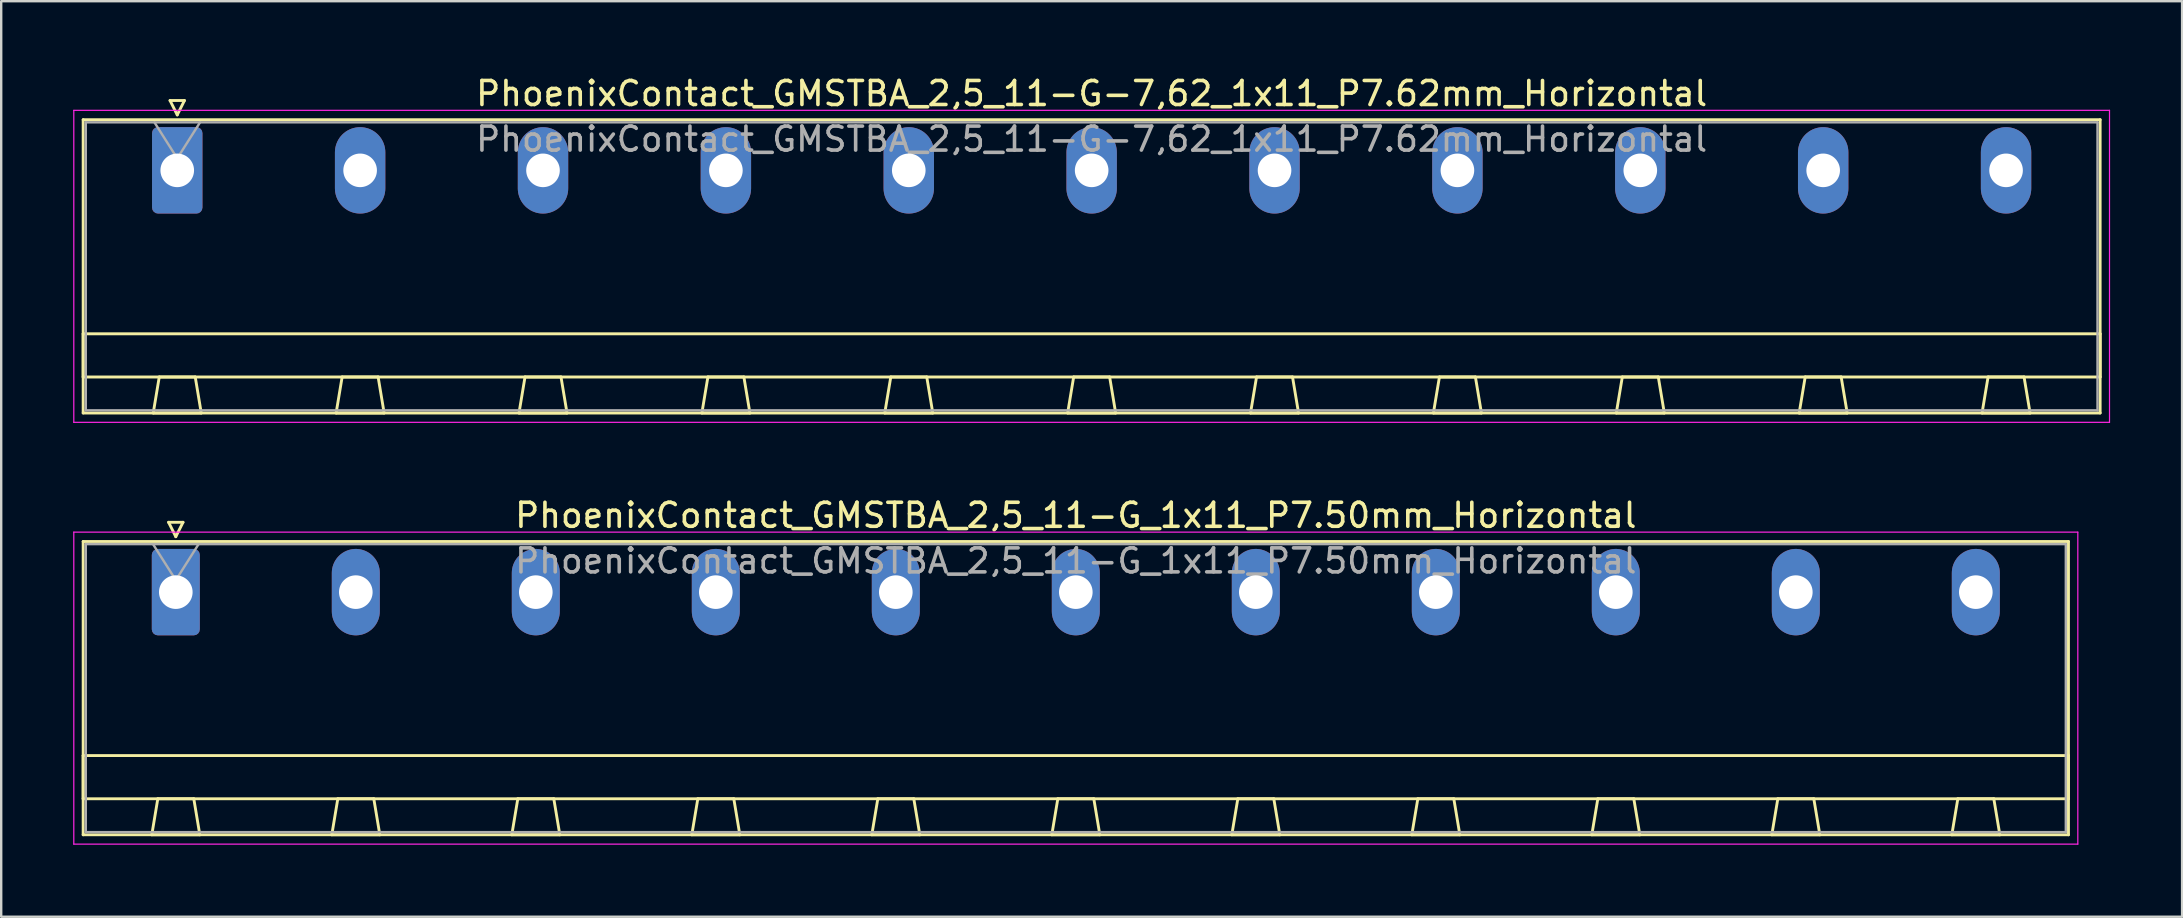
<source format=kicad_pcb>
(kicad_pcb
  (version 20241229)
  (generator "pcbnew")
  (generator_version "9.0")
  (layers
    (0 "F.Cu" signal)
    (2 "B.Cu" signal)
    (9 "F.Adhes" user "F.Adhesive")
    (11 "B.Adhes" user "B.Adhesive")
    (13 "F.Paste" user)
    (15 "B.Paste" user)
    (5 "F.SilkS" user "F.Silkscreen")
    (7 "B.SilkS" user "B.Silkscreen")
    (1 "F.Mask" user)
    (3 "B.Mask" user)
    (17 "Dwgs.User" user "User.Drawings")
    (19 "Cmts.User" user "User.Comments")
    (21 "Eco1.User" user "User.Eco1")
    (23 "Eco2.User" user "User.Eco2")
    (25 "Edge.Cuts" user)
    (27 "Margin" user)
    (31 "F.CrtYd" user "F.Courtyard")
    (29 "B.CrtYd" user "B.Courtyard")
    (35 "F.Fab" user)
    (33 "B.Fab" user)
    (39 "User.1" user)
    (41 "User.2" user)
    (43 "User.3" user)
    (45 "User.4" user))
  (footprint "PhoenixContact_GMSTBA_2,5_11-G-7,62_1x11_P7.62mm_Horizontal"
    (layer "F.Cu")
    (at 4.335 4.048)
    (property "Reference" "PhoenixContact_GMSTBA_2,5_11-G-7,62_1x11_P7.62mm_Horizontal" (at 38.1 -3.2 0) (layer "F.SilkS") (effects (font (size 1 1) (thickness 0.15))))
    (attr through_hole)
    (fp_line (start -3.92 -2.11) (end -3.92 10.11) (stroke (width 0.12) (type solid)) (layer "F.SilkS"))
    (fp_line (start -3.92 6.81) (end 80.12 6.81) (stroke (width 0.12) (type solid)) (layer "F.SilkS"))
    (fp_line (start -3.92 8.61) (end -3.92 6.81) (stroke (width 0.12) (type solid)) (layer "F.SilkS"))
    (fp_line (start -3.92 10.11) (end 80.12 10.11) (stroke (width 0.12) (type solid)) (layer "F.SilkS"))
    (fp_line (start -1 10.11) (end 1 10.11) (stroke (width 0.12) (type solid)) (layer "F.SilkS"))
    (fp_line (start -0.75 8.61) (end -1 10.11) (stroke (width 0.12) (type solid)) (layer "F.SilkS"))
    (fp_line (start -0.3 -2.91) (end 0.3 -2.91) (stroke (width 0.12) (type solid)) (layer "F.SilkS"))
    (fp_line (start 0 -2.31) (end -0.3 -2.91) (stroke (width 0.12) (type solid)) (layer "F.SilkS"))
    (fp_line (start 0.3 -2.91) (end 0 -2.31) (stroke (width 0.12) (type solid)) (layer "F.SilkS"))
    (fp_line (start 0.75 8.61) (end -0.75 8.61) (stroke (width 0.12) (type solid)) (layer "F.SilkS"))
    (fp_line (start 1 10.11) (end 0.75 8.61) (stroke (width 0.12) (type solid)) (layer "F.SilkS"))
    (fp_line (start 6.62 10.11) (end 8.62 10.11) (stroke (width 0.12) (type solid)) (layer "F.SilkS"))
    (fp_line (start 6.87 8.61) (end 6.62 10.11) (stroke (width 0.12) (type solid)) (layer "F.SilkS"))
    (fp_line (start 8.37 8.61) (end 6.87 8.61) (stroke (width 0.12) (type solid)) (layer "F.SilkS"))
    (fp_line (start 8.62 10.11) (end 8.37 8.61) (stroke (width 0.12) (type solid)) (layer "F.SilkS"))
    (fp_line (start 14.24 10.11) (end 16.24 10.11) (stroke (width 0.12) (type solid)) (layer "F.SilkS"))
    (fp_line (start 14.49 8.61) (end 14.24 10.11) (stroke (width 0.12) (type solid)) (layer "F.SilkS"))
    (fp_line (start 15.99 8.61) (end 14.49 8.61) (stroke (width 0.12) (type solid)) (layer "F.SilkS"))
    (fp_line (start 16.24 10.11) (end 15.99 8.61) (stroke (width 0.12) (type solid)) (layer "F.SilkS"))
    (fp_line (start 21.86 10.11) (end 23.86 10.11) (stroke (width 0.12) (type solid)) (layer "F.SilkS"))
    (fp_line (start 22.11 8.61) (end 21.86 10.11) (stroke (width 0.12) (type solid)) (layer "F.SilkS"))
    (fp_line (start 23.61 8.61) (end 22.11 8.61) (stroke (width 0.12) (type solid)) (layer "F.SilkS"))
    (fp_line (start 23.86 10.11) (end 23.61 8.61) (stroke (width 0.12) (type solid)) (layer "F.SilkS"))
    (fp_line (start 29.48 10.11) (end 31.48 10.11) (stroke (width 0.12) (type solid)) (layer "F.SilkS"))
    (fp_line (start 29.73 8.61) (end 29.48 10.11) (stroke (width 0.12) (type solid)) (layer "F.SilkS"))
    (fp_line (start 31.23 8.61) (end 29.73 8.61) (stroke (width 0.12) (type solid)) (layer "F.SilkS"))
    (fp_line (start 31.48 10.11) (end 31.23 8.61) (stroke (width 0.12) (type solid)) (layer "F.SilkS"))
    (fp_line (start 37.1 10.11) (end 39.1 10.11) (stroke (width 0.12) (type solid)) (layer "F.SilkS"))
    (fp_line (start 37.35 8.61) (end 37.1 10.11) (stroke (width 0.12) (type solid)) (layer "F.SilkS"))
    (fp_line (start 38.85 8.61) (end 37.35 8.61) (stroke (width 0.12) (type solid)) (layer "F.SilkS"))
    (fp_line (start 39.1 10.11) (end 38.85 8.61) (stroke (width 0.12) (type solid)) (layer "F.SilkS"))
    (fp_line (start 44.72 10.11) (end 46.72 10.11) (stroke (width 0.12) (type solid)) (layer "F.SilkS"))
    (fp_line (start 44.97 8.61) (end 44.72 10.11) (stroke (width 0.12) (type solid)) (layer "F.SilkS"))
    (fp_line (start 46.47 8.61) (end 44.97 8.61) (stroke (width 0.12) (type solid)) (layer "F.SilkS"))
    (fp_line (start 46.72 10.11) (end 46.47 8.61) (stroke (width 0.12) (type solid)) (layer "F.SilkS"))
    (fp_line (start 52.34 10.11) (end 54.34 10.11) (stroke (width 0.12) (type solid)) (layer "F.SilkS"))
    (fp_line (start 52.59 8.61) (end 52.34 10.11) (stroke (width 0.12) (type solid)) (layer "F.SilkS"))
    (fp_line (start 54.09 8.61) (end 52.59 8.61) (stroke (width 0.12) (type solid)) (layer "F.SilkS"))
    (fp_line (start 54.34 10.11) (end 54.09 8.61) (stroke (width 0.12) (type solid)) (layer "F.SilkS"))
    (fp_line (start 59.96 10.11) (end 61.96 10.11) (stroke (width 0.12) (type solid)) (layer "F.SilkS"))
    (fp_line (start 60.21 8.61) (end 59.96 10.11) (stroke (width 0.12) (type solid)) (layer "F.SilkS"))
    (fp_line (start 61.71 8.61) (end 60.21 8.61) (stroke (width 0.12) (type solid)) (layer "F.SilkS"))
    (fp_line (start 61.96 10.11) (end 61.71 8.61) (stroke (width 0.12) (type solid)) (layer "F.SilkS"))
    (fp_line (start 67.58 10.11) (end 69.58 10.11) (stroke (width 0.12) (type solid)) (layer "F.SilkS"))
    (fp_line (start 67.83 8.61) (end 67.58 10.11) (stroke (width 0.12) (type solid)) (layer "F.SilkS"))
    (fp_line (start 69.33 8.61) (end 67.83 8.61) (stroke (width 0.12) (type solid)) (layer "F.SilkS"))
    (fp_line (start 69.58 10.11) (end 69.33 8.61) (stroke (width 0.12) (type solid)) (layer "F.SilkS"))
    (fp_line (start 75.2 10.11) (end 77.2 10.11) (stroke (width 0.12) (type solid)) (layer "F.SilkS"))
    (fp_line (start 75.45 8.61) (end 75.2 10.11) (stroke (width 0.12) (type solid)) (layer "F.SilkS"))
    (fp_line (start 76.95 8.61) (end 75.45 8.61) (stroke (width 0.12) (type solid)) (layer "F.SilkS"))
    (fp_line (start 77.2 10.11) (end 76.95 8.61) (stroke (width 0.12) (type solid)) (layer "F.SilkS"))
    (fp_line (start 80.12 -2.11) (end -3.92 -2.11) (stroke (width 0.12) (type solid)) (layer "F.SilkS"))
    (fp_line (start 80.12 6.81) (end 80.12 8.61) (stroke (width 0.12) (type solid)) (layer "F.SilkS"))
    (fp_line (start 80.12 8.61) (end -3.92 8.61) (stroke (width 0.12) (type solid)) (layer "F.SilkS"))
    (fp_line (start 80.12 10.11) (end 80.12 -2.11) (stroke (width 0.12) (type solid)) (layer "F.SilkS"))
    (fp_line (start -4.31 -2.5) (end -4.31 10.5) (stroke (width 0.05) (type solid)) (layer "F.CrtYd"))
    (fp_line (start -4.31 10.5) (end 80.51 10.5) (stroke (width 0.05) (type solid)) (layer "F.CrtYd"))
    (fp_line (start 80.51 -2.5) (end -4.31 -2.5) (stroke (width 0.05) (type solid)) (layer "F.CrtYd"))
    (fp_line (start 80.51 10.5) (end 80.51 -2.5) (stroke (width 0.05) (type solid)) (layer "F.CrtYd"))
    (fp_line (start -3.81 -2) (end -3.81 10) (stroke (width 0.1) (type solid)) (layer "F.Fab"))
    (fp_line (start -3.81 10) (end 80.01 10) (stroke (width 0.1) (type solid)) (layer "F.Fab"))
    (fp_line (start 0 -0.5) (end -0.95 -2) (stroke (width 0.1) (type solid)) (layer "F.Fab"))
    (fp_line (start 0.95 -2) (end 0 -0.5) (stroke (width 0.1) (type solid)) (layer "F.Fab"))
    (fp_line (start 80.01 -2) (end -3.81 -2) (stroke (width 0.1) (type solid)) (layer "F.Fab"))
    (fp_line (start 80.01 10) (end 80.01 -2) (stroke (width 0.1) (type solid)) (layer "F.Fab"))
    (fp_text user "${REFERENCE}" (at 38.1 -1.3 0) (layer "F.Fab") (effects (font (size 1 1) (thickness 0.15))))
    (pad "1" thru_hole roundrect (at 0 0) (size 2.1 3.6) (drill 1.4) (layers "*.Cu" "*.Mask") (roundrect_rratio 0.119))
    (pad "2" thru_hole oval (at 7.62 0) (size 2.1 3.6) (drill 1.4) (layers "*.Cu" "*.Mask"))
    (pad "3" thru_hole oval (at 15.24 0) (size 2.1 3.6) (drill 1.4) (layers "*.Cu" "*.Mask"))
    (pad "4" thru_hole oval (at 22.86 0) (size 2.1 3.6) (drill 1.4) (layers "*.Cu" "*.Mask"))
    (pad "5" thru_hole oval (at 30.48 0) (size 2.1 3.6) (drill 1.4) (layers "*.Cu" "*.Mask"))
    (pad "6" thru_hole oval (at 38.1 0) (size 2.1 3.6) (drill 1.4) (layers "*.Cu" "*.Mask"))
    (pad "7" thru_hole oval (at 45.72 0) (size 2.1 3.6) (drill 1.4) (layers "*.Cu" "*.Mask"))
    (pad "8" thru_hole oval (at 53.34 0) (size 2.1 3.6) (drill 1.4) (layers "*.Cu" "*.Mask"))
    (pad "9" thru_hole oval (at 60.96 0) (size 2.1 3.6) (drill 1.4) (layers "*.Cu" "*.Mask"))
    (pad "10" thru_hole oval (at 68.58 0) (size 2.1 3.6) (drill 1.4) (layers "*.Cu" "*.Mask"))
    (pad "11" thru_hole oval (at 76.2 0) (size 2.1 3.6) (drill 1.4) (layers "*.Cu" "*.Mask")))
  (footprint "PhoenixContact_GMSTBA_2,5_11-G_1x11_P7.50mm_Horizontal"
    (layer "F.Cu")
    (at 4.275 21.622)
    (property "Reference" "PhoenixContact_GMSTBA_2,5_11-G_1x11_P7.50mm_Horizontal" (at 37.5 -3.2 0) (layer "F.SilkS") (effects (font (size 1 1) (thickness 0.15))))
    (attr through_hole)
    (fp_line (start -3.86 -2.11) (end -3.86 10.11) (stroke (width 0.12) (type solid)) (layer "F.SilkS"))
    (fp_line (start -3.86 6.81) (end 78.86 6.81) (stroke (width 0.12) (type solid)) (layer "F.SilkS"))
    (fp_line (start -3.86 8.61) (end -3.86 6.81) (stroke (width 0.12) (type solid)) (layer "F.SilkS"))
    (fp_line (start -3.86 10.11) (end 78.86 10.11) (stroke (width 0.12) (type solid)) (layer "F.SilkS"))
    (fp_line (start -1 10.11) (end 1 10.11) (stroke (width 0.12) (type solid)) (layer "F.SilkS"))
    (fp_line (start -0.75 8.61) (end -1 10.11) (stroke (width 0.12) (type solid)) (layer "F.SilkS"))
    (fp_line (start -0.3 -2.91) (end 0.3 -2.91) (stroke (width 0.12) (type solid)) (layer "F.SilkS"))
    (fp_line (start 0 -2.31) (end -0.3 -2.91) (stroke (width 0.12) (type solid)) (layer "F.SilkS"))
    (fp_line (start 0.3 -2.91) (end 0 -2.31) (stroke (width 0.12) (type solid)) (layer "F.SilkS"))
    (fp_line (start 0.75 8.61) (end -0.75 8.61) (stroke (width 0.12) (type solid)) (layer "F.SilkS"))
    (fp_line (start 1 10.11) (end 0.75 8.61) (stroke (width 0.12) (type solid)) (layer "F.SilkS"))
    (fp_line (start 6.5 10.11) (end 8.5 10.11) (stroke (width 0.12) (type solid)) (layer "F.SilkS"))
    (fp_line (start 6.75 8.61) (end 6.5 10.11) (stroke (width 0.12) (type solid)) (layer "F.SilkS"))
    (fp_line (start 8.25 8.61) (end 6.75 8.61) (stroke (width 0.12) (type solid)) (layer "F.SilkS"))
    (fp_line (start 8.5 10.11) (end 8.25 8.61) (stroke (width 0.12) (type solid)) (layer "F.SilkS"))
    (fp_line (start 14 10.11) (end 16 10.11) (stroke (width 0.12) (type solid)) (layer "F.SilkS"))
    (fp_line (start 14.25 8.61) (end 14 10.11) (stroke (width 0.12) (type solid)) (layer "F.SilkS"))
    (fp_line (start 15.75 8.61) (end 14.25 8.61) (stroke (width 0.12) (type solid)) (layer "F.SilkS"))
    (fp_line (start 16 10.11) (end 15.75 8.61) (stroke (width 0.12) (type solid)) (layer "F.SilkS"))
    (fp_line (start 21.5 10.11) (end 23.5 10.11) (stroke (width 0.12) (type solid)) (layer "F.SilkS"))
    (fp_line (start 21.75 8.61) (end 21.5 10.11) (stroke (width 0.12) (type solid)) (layer "F.SilkS"))
    (fp_line (start 23.25 8.61) (end 21.75 8.61) (stroke (width 0.12) (type solid)) (layer "F.SilkS"))
    (fp_line (start 23.5 10.11) (end 23.25 8.61) (stroke (width 0.12) (type solid)) (layer "F.SilkS"))
    (fp_line (start 29 10.11) (end 31 10.11) (stroke (width 0.12) (type solid)) (layer "F.SilkS"))
    (fp_line (start 29.25 8.61) (end 29 10.11) (stroke (width 0.12) (type solid)) (layer "F.SilkS"))
    (fp_line (start 30.75 8.61) (end 29.25 8.61) (stroke (width 0.12) (type solid)) (layer "F.SilkS"))
    (fp_line (start 31 10.11) (end 30.75 8.61) (stroke (width 0.12) (type solid)) (layer "F.SilkS"))
    (fp_line (start 36.5 10.11) (end 38.5 10.11) (stroke (width 0.12) (type solid)) (layer "F.SilkS"))
    (fp_line (start 36.75 8.61) (end 36.5 10.11) (stroke (width 0.12) (type solid)) (layer "F.SilkS"))
    (fp_line (start 38.25 8.61) (end 36.75 8.61) (stroke (width 0.12) (type solid)) (layer "F.SilkS"))
    (fp_line (start 38.5 10.11) (end 38.25 8.61) (stroke (width 0.12) (type solid)) (layer "F.SilkS"))
    (fp_line (start 44 10.11) (end 46 10.11) (stroke (width 0.12) (type solid)) (layer "F.SilkS"))
    (fp_line (start 44.25 8.61) (end 44 10.11) (stroke (width 0.12) (type solid)) (layer "F.SilkS"))
    (fp_line (start 45.75 8.61) (end 44.25 8.61) (stroke (width 0.12) (type solid)) (layer "F.SilkS"))
    (fp_line (start 46 10.11) (end 45.75 8.61) (stroke (width 0.12) (type solid)) (layer "F.SilkS"))
    (fp_line (start 51.5 10.11) (end 53.5 10.11) (stroke (width 0.12) (type solid)) (layer "F.SilkS"))
    (fp_line (start 51.75 8.61) (end 51.5 10.11) (stroke (width 0.12) (type solid)) (layer "F.SilkS"))
    (fp_line (start 53.25 8.61) (end 51.75 8.61) (stroke (width 0.12) (type solid)) (layer "F.SilkS"))
    (fp_line (start 53.5 10.11) (end 53.25 8.61) (stroke (width 0.12) (type solid)) (layer "F.SilkS"))
    (fp_line (start 59 10.11) (end 61 10.11) (stroke (width 0.12) (type solid)) (layer "F.SilkS"))
    (fp_line (start 59.25 8.61) (end 59 10.11) (stroke (width 0.12) (type solid)) (layer "F.SilkS"))
    (fp_line (start 60.75 8.61) (end 59.25 8.61) (stroke (width 0.12) (type solid)) (layer "F.SilkS"))
    (fp_line (start 61 10.11) (end 60.75 8.61) (stroke (width 0.12) (type solid)) (layer "F.SilkS"))
    (fp_line (start 66.5 10.11) (end 68.5 10.11) (stroke (width 0.12) (type solid)) (layer "F.SilkS"))
    (fp_line (start 66.75 8.61) (end 66.5 10.11) (stroke (width 0.12) (type solid)) (layer "F.SilkS"))
    (fp_line (start 68.25 8.61) (end 66.75 8.61) (stroke (width 0.12) (type solid)) (layer "F.SilkS"))
    (fp_line (start 68.5 10.11) (end 68.25 8.61) (stroke (width 0.12) (type solid)) (layer "F.SilkS"))
    (fp_line (start 74 10.11) (end 76 10.11) (stroke (width 0.12) (type solid)) (layer "F.SilkS"))
    (fp_line (start 74.25 8.61) (end 74 10.11) (stroke (width 0.12) (type solid)) (layer "F.SilkS"))
    (fp_line (start 75.75 8.61) (end 74.25 8.61) (stroke (width 0.12) (type solid)) (layer "F.SilkS"))
    (fp_line (start 76 10.11) (end 75.75 8.61) (stroke (width 0.12) (type solid)) (layer "F.SilkS"))
    (fp_line (start 78.86 -2.11) (end -3.86 -2.11) (stroke (width 0.12) (type solid)) (layer "F.SilkS"))
    (fp_line (start 78.86 6.81) (end 78.86 8.61) (stroke (width 0.12) (type solid)) (layer "F.SilkS"))
    (fp_line (start 78.86 8.61) (end -3.86 8.61) (stroke (width 0.12) (type solid)) (layer "F.SilkS"))
    (fp_line (start 78.86 10.11) (end 78.86 -2.11) (stroke (width 0.12) (type solid)) (layer "F.SilkS"))
    (fp_line (start -4.25 -2.5) (end -4.25 10.5) (stroke (width 0.05) (type solid)) (layer "F.CrtYd"))
    (fp_line (start -4.25 10.5) (end 79.25 10.5) (stroke (width 0.05) (type solid)) (layer "F.CrtYd"))
    (fp_line (start 79.25 -2.5) (end -4.25 -2.5) (stroke (width 0.05) (type solid)) (layer "F.CrtYd"))
    (fp_line (start 79.25 10.5) (end 79.25 -2.5) (stroke (width 0.05) (type solid)) (layer "F.CrtYd"))
    (fp_line (start -3.75 -2) (end -3.75 10) (stroke (width 0.1) (type solid)) (layer "F.Fab"))
    (fp_line (start -3.75 10) (end 78.75 10) (stroke (width 0.1) (type solid)) (layer "F.Fab"))
    (fp_line (start 0 -0.5) (end -0.95 -2) (stroke (width 0.1) (type solid)) (layer "F.Fab"))
    (fp_line (start 0.95 -2) (end 0 -0.5) (stroke (width 0.1) (type solid)) (layer "F.Fab"))
    (fp_line (start 78.75 -2) (end -3.75 -2) (stroke (width 0.1) (type solid)) (layer "F.Fab"))
    (fp_line (start 78.75 10) (end 78.75 -2) (stroke (width 0.1) (type solid)) (layer "F.Fab"))
    (fp_text user "${REFERENCE}" (at 37.5 -1.3 0) (layer "F.Fab") (effects (font (size 1 1) (thickness 0.15))))
    (pad "1" thru_hole roundrect (at 0 0) (size 2 3.6) (drill 1.4) (layers "*.Cu" "*.Mask") (roundrect_rratio 0.125))
    (pad "2" thru_hole oval (at 7.5 0) (size 2 3.6) (drill 1.4) (layers "*.Cu" "*.Mask"))
    (pad "3" thru_hole oval (at 15 0) (size 2 3.6) (drill 1.4) (layers "*.Cu" "*.Mask"))
    (pad "4" thru_hole oval (at 22.5 0) (size 2 3.6) (drill 1.4) (layers "*.Cu" "*.Mask"))
    (pad "5" thru_hole oval (at 30 0) (size 2 3.6) (drill 1.4) (layers "*.Cu" "*.Mask"))
    (pad "6" thru_hole oval (at 37.5 0) (size 2 3.6) (drill 1.4) (layers "*.Cu" "*.Mask"))
    (pad "7" thru_hole oval (at 45 0) (size 2 3.6) (drill 1.4) (layers "*.Cu" "*.Mask"))
    (pad "8" thru_hole oval (at 52.5 0) (size 2 3.6) (drill 1.4) (layers "*.Cu" "*.Mask"))
    (pad "9" thru_hole oval (at 60 0) (size 2 3.6) (drill 1.4) (layers "*.Cu" "*.Mask"))
    (pad "10" thru_hole oval (at 67.5 0) (size 2 3.6) (drill 1.4) (layers "*.Cu" "*.Mask"))
    (pad "11" thru_hole oval (at 75 0) (size 2 3.6) (drill 1.4) (layers "*.Cu" "*.Mask")))
  (gr_rect
    (start -3 -3)
    (end 87.87 35.147)
    (stroke (width 0.1) (type default))
    (fill no)
    (layer "Edge.Cuts")))
</source>
